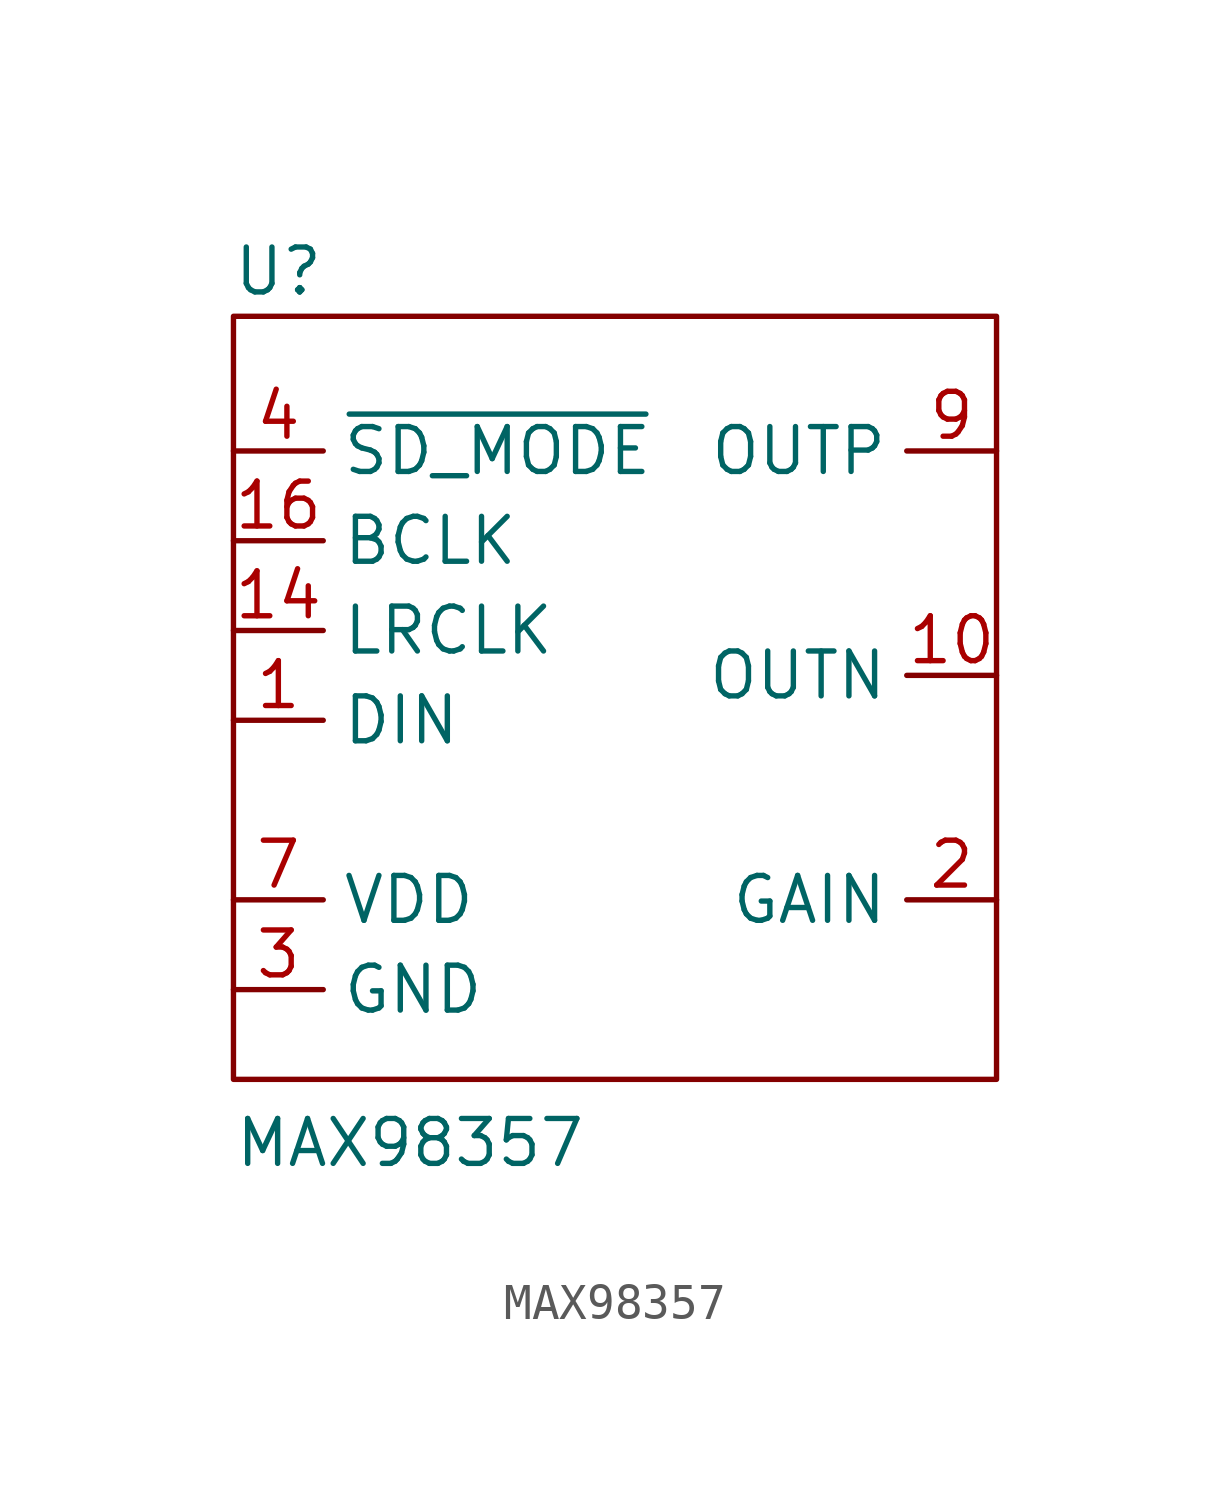
<source format=kicad_sym>
(kicad_symbol_lib
  (version 20211014)
  (generator kicad_symbol_editor)
  (symbol "MAX98357"
    (property "Reference" "U"
      (at -8.89 12.7 0)
      (effects (font (size 1.27 1.27))))
    (property "Value" "MAX98357"
      (at -10.16 -12.7 0)
      (effects (font (size 1.27 1.27)) (justify left bottom)))
    (symbol "MAX98357_0_1"
      (rectangle (start -10.16 11.43) (end 11.43 -10.16) (stroke (width 0) (type default) (color 0 0 0 0)) (fill (type none))))
    (symbol "MAX98357_1_1"
      (pin input line (at -10.16 0 0) (length 2.54) (name "DIN" (effects (font (size 1.27 1.27)))) (number "1" (effects (font (size 1.27 1.27)))))
      (pin output line (at 11.43 1.27 180) (length 2.54) (name "OUTN" (effects (font (size 1.27 1.27)))) (number "10" (effects (font (size 1.27 1.27)))))
      (pin input line (at -10.16 2.54 0) (length 2.54) (name "LRCLK" (effects (font (size 1.27 1.27)))) (number "14" (effects (font (size 1.27 1.27)))))
      (pin input line (at -10.16 5.08 0) (length 2.54) (name "BCLK" (effects (font (size 1.27 1.27)))) (number "16" (effects (font (size 1.27 1.27)))))
      (pin input line (at 11.43 -5.08 180) (length 2.54) (name "GAIN" (effects (font (size 1.27 1.27)))) (number "2" (effects (font (size 1.27 1.27)))))
      (pin power_in line (at -10.16 -7.62 0) (length 2.54) (name "GND" (effects (font (size 1.27 1.27)))) (number "3" (effects (font (size 1.27 1.27)))))
      (pin input line (at -10.16 7.62 0) (length 2.54) (name "~{SD_MODE}" (effects (font (size 1.27 1.27)))) (number "4" (effects (font (size 1.27 1.27)))))
      (pin power_in line (at -10.16 -5.08 0) (length 2.54) (name "VDD" (effects (font (size 1.27 1.27)))) (number "7" (effects (font (size 1.27 1.27)))))
      (pin output line (at 11.43 7.62 180) (length 2.54) (name "OUTP" (effects (font (size 1.27 1.27)))) (number "9" (effects (font (size 1.27 1.27))))))))
</source>
